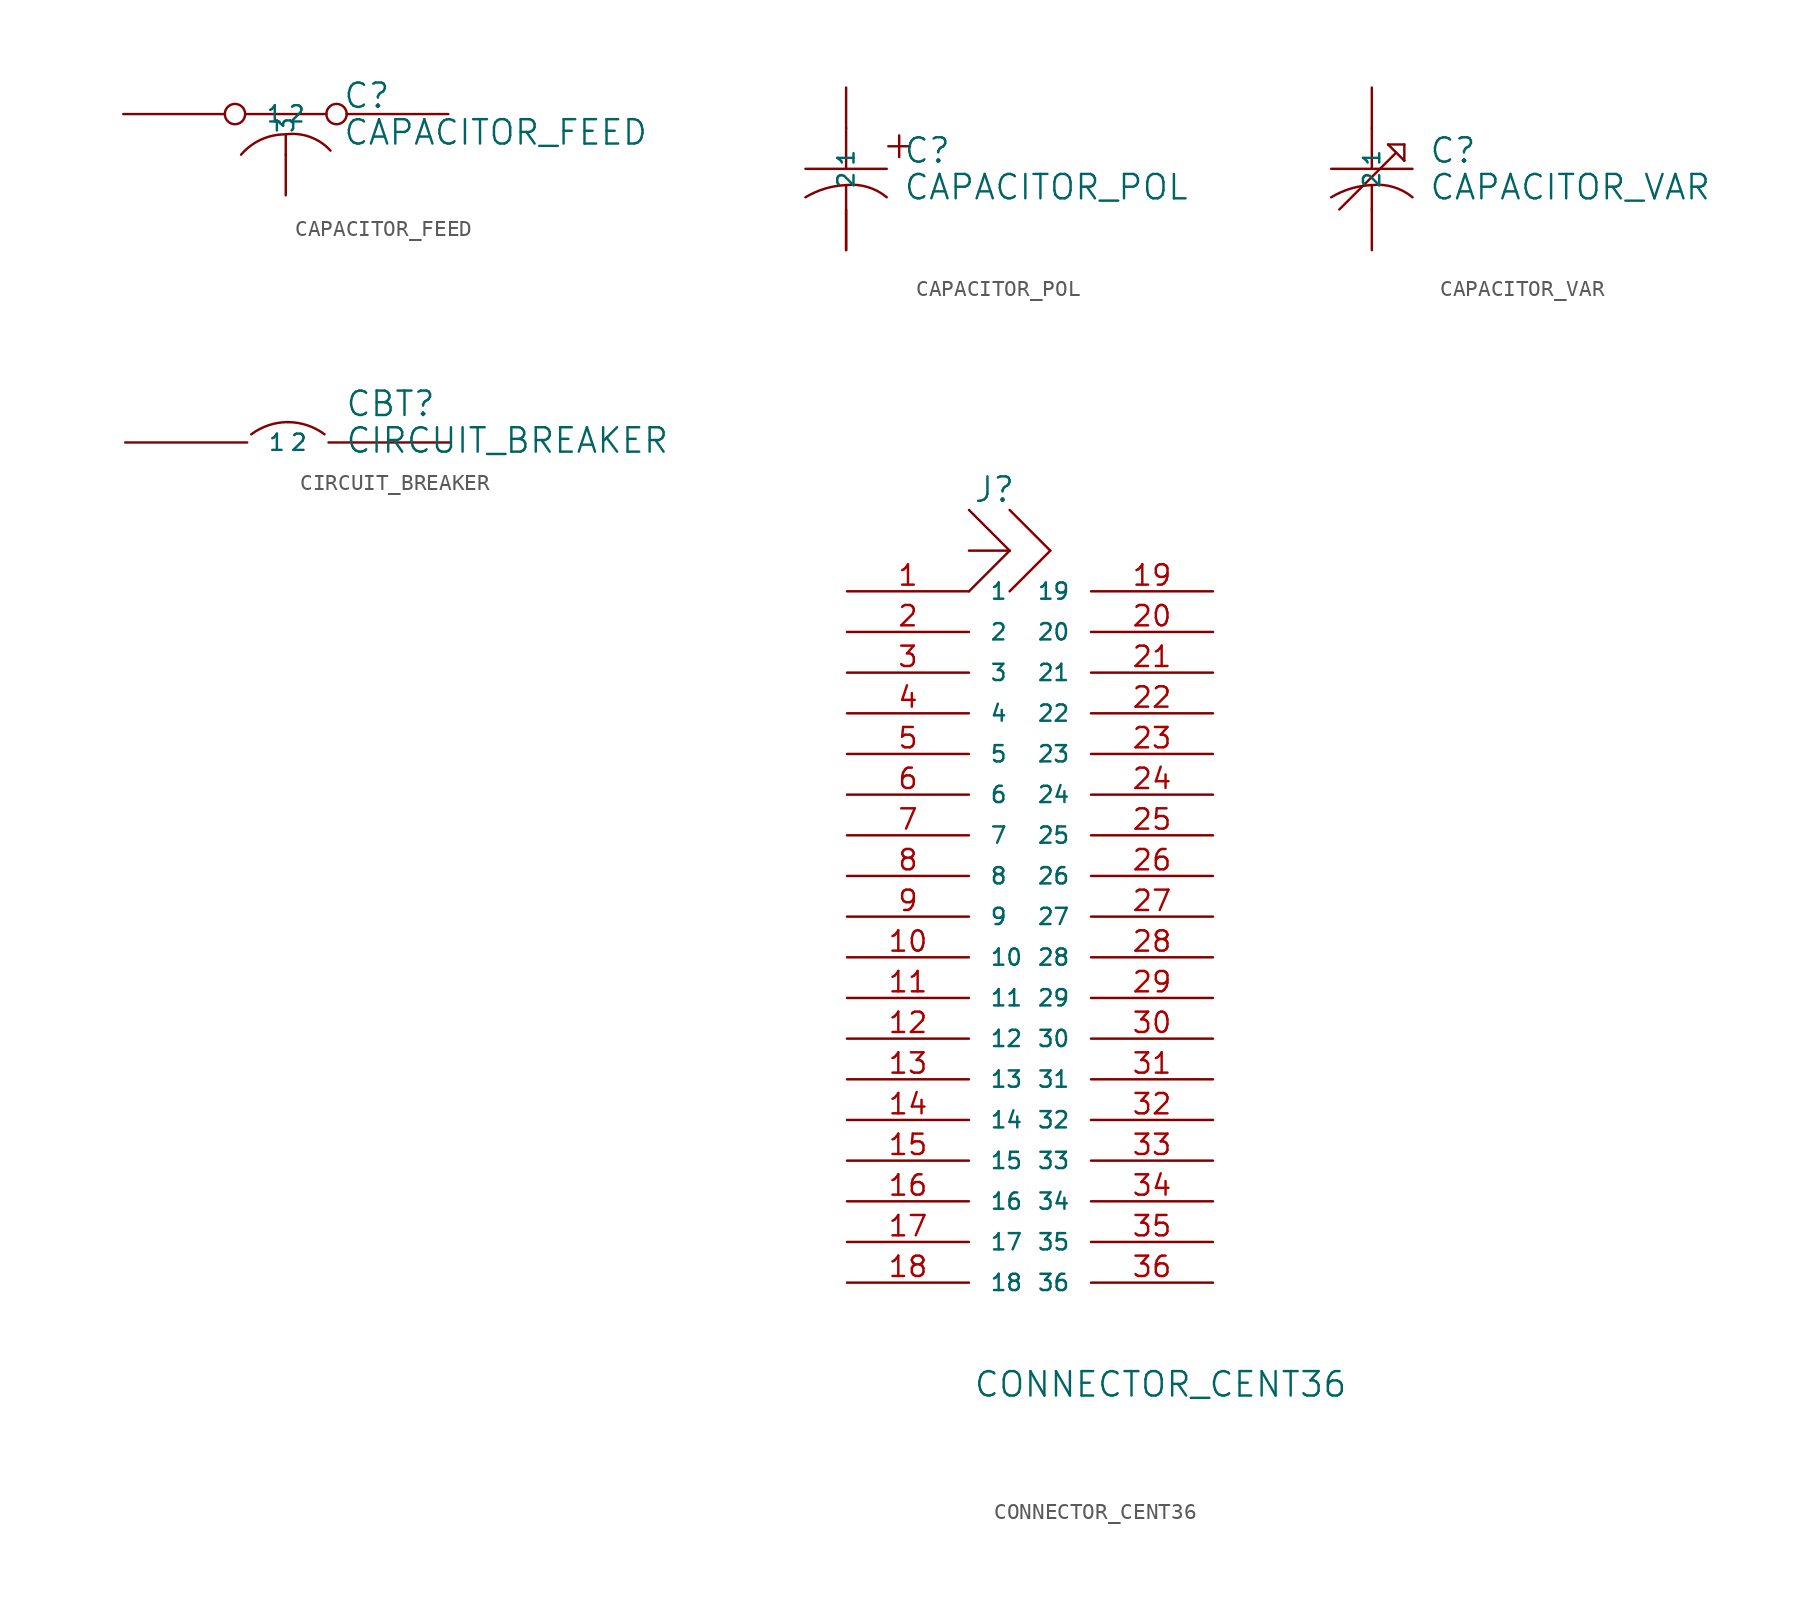
<source format=kicad_sym>
(kicad_symbol_lib
  (version 20231120)
  (generator "kicad_symbol_editor")
  (generator_version "8.0")
  (symbol "CAPACITOR_FEED"
    (pin_names
      (offset 1.27))
    (property "Reference" "C"
      (at 6.096 -2.286 0)
      (effects (font (size 1.524 1.524)) (justify left bottom)))
    (property "Value" "CAPACITOR_FEED"
      (at 6.096 -2.794 0)
      (effects (font (size 1.524 1.524)) (justify left top)))
    (symbol "CAPACITOR_FEED_0_1"
      (polyline (pts (xy 0 -2.54) (xy 5.08 -2.54)) (stroke (width 0) (type solid)) (fill (type none)))
      (polyline (pts (xy 2.54 -3.81) (xy 2.54 -5.08)) (stroke (width 0) (type solid)) (fill (type none)))
      (arc (start 2.54 -3.81) (mid 0.9987 -4.1357) (end -0.254 -5.08) (stroke (width 0) (type solid)) (fill (type none)))
      (arc (start 5.334 -4.826) (mid 4.0521 -3.9695) (end 2.54 -3.81) (stroke (width 0) (type solid)) (fill (type none))))
    (symbol "CAPACITOR_FEED_1_1"
      (pin passive inverted (at -7.62 -2.54 0) (length 7.62) (name "1" (effects (font (size 1.016 1.016)))) (number "~" (effects (font (size 1.27 1.27)))))
      (pin passive inverted (at 12.7 -2.54 180) (length 7.62) (name "2" (effects (font (size 1.016 1.016)))) (number "~" (effects (font (size 1.27 1.27)))))
      (pin passive line (at 2.54 -7.62 90) (length 2.54) (name "3" (effects (font (size 1.016 1.016)))) (number "~" (effects (font (size 1.27 1.27)))))))
  (symbol "CAPACITOR_POL"
    (pin_names
      (offset 1.27))
    (property "Reference" "C"
      (at 6.096 -2.286 0)
      (effects (font (size 1.524 1.524)) (justify left bottom)))
    (property "Value" "CAPACITOR_POL"
      (at 6.096 -2.794 0)
      (effects (font (size 1.524 1.524)) (justify left top)))
    (symbol "CAPACITOR_POL_0_1"
      (polyline (pts (xy 0 -2.54) (xy 5.08 -2.54)) (stroke (width 0) (type solid)) (fill (type none)))
      (polyline (pts (xy 2.54 -3.556) (xy 2.54 -7.62)) (stroke (width 0) (type solid)) (fill (type none)))
      (polyline (pts (xy 2.54 0) (xy 2.54 -2.54)) (stroke (width 0) (type solid)) (fill (type none)))
      (arc (start 2.54 -3.556) (mid 1.2314 -3.7725) (end 0 -4.318) (stroke (width 0) (type solid)) (fill (type none)))
      (arc (start 5.08 -4.318) (mid 3.8814 -3.676) (end 2.54 -3.556) (stroke (width 0) (type solid)) (fill (type none)))
      (text " + " (at 3.302 -2.032 0) (effects (font (size 1.778 1.778)) (justify left bottom))))
    (symbol "CAPACITOR_POL_1_1"
      (pin passive line (at 2.54 2.54 270) (length 2.54) (name "1" (effects (font (size 1.016 1.016)))) (number "~" (effects (font (size 1.27 1.27)))))
      (pin passive line (at 2.54 -7.62 90) (length 2.54) (name "2" (effects (font (size 1.016 1.016)))) (number "~" (effects (font (size 1.27 1.27)))))))
  (symbol "CAPACITOR_VAR"
    (pin_names
      (offset 1.27))
    (property "Reference" "C"
      (at 6.096 -2.286 0)
      (effects (font (size 1.524 1.524)) (justify left bottom)))
    (property "Value" "CAPACITOR_VAR"
      (at 6.096 -2.794 0)
      (effects (font (size 1.524 1.524)) (justify left top)))
    (symbol "CAPACITOR_VAR_0_1"
      (polyline (pts (xy 0 -2.54) (xy 5.08 -2.54)) (stroke (width 0) (type solid)) (fill (type none)))
      (polyline (pts (xy 2.54 -3.556) (xy 2.54 -5.08)) (stroke (width 0) (type solid)) (fill (type none)))
      (polyline (pts (xy 2.54 0) (xy 2.54 -2.54)) (stroke (width 0) (type solid)) (fill (type none)))
      (polyline (pts (xy 3.556 -1.016) (xy 4.572 -1.016)) (stroke (width 0) (type solid)) (fill (type none)))
      (polyline (pts (xy 4.064 -1.524) (xy 0.508 -5.08)) (stroke (width 0) (type solid)) (fill (type none)))
      (polyline (pts (xy 4.572 -2.032) (xy 3.556 -1.016)) (stroke (width 0) (type solid)) (fill (type none)))
      (polyline (pts (xy 4.572 -1.016) (xy 4.572 -2.032)) (stroke (width 0) (type solid)) (fill (type none)))
      (arc (start 2.54 -3.556) (mid 1.2314 -3.7725) (end 0 -4.318) (stroke (width 0) (type solid)) (fill (type none)))
      (arc (start 5.08 -4.318) (mid 3.8814 -3.676) (end 2.54 -3.556) (stroke (width 0) (type solid)) (fill (type none))))
    (symbol "CAPACITOR_VAR_1_1"
      (pin passive line (at 2.54 2.54 270) (length 2.54) (name "1" (effects (font (size 1.016 1.016)))) (number "~" (effects (font (size 1.27 1.27)))))
      (pin passive line (at 2.54 -7.62 90) (length 2.54) (name "2" (effects (font (size 1.016 1.016)))) (number "~" (effects (font (size 1.27 1.27)))))))
  (symbol "CIRCUIT_BREAKER"
    (pin_names
      (offset 1.27))
    (property "Reference" "CBT"
      (at 6.096 -1.016 0)
      (effects (font (size 1.524 1.524)) (justify left bottom)))
    (property "Value" "CIRCUIT_BREAKER"
      (at 6.096 -1.524 0)
      (effects (font (size 1.524 1.524)) (justify left top)))
    (symbol "CIRCUIT_BREAKER_0_1"
      (arc (start 2.54 -1.27) (mid 1.3352 -1.4655) (end 0.254 -2.032) (stroke (width 0) (type solid)) (fill (type none)))
      (arc (start 4.826 -2.032) (mid 3.7448 -1.4655) (end 2.54 -1.27) (stroke (width 0) (type solid)) (fill (type none))))
    (symbol "CIRCUIT_BREAKER_1_1"
      (pin passive line (at -7.62 -2.54 0) (length 7.62) (name "1" (effects (font (size 1.016 1.016)))) (number "~" (effects (font (size 1.27 1.27)))))
      (pin passive line (at 12.7 -2.54 180) (length 7.62) (name "2" (effects (font (size 1.016 1.016)))) (number "~" (effects (font (size 1.27 1.27)))))))
  (symbol "CONNECTOR_CENT36"
    (pin_names
      (offset 1.27))
    (property "Reference" "J"
      (at 0.254 0.381 0)
      (effects (font (size 1.524 1.524)) (justify left bottom)))
    (property "Value" "CONNECTOR_CENT36"
      (at 0.254 -53.721 0)
      (effects (font (size 1.524 1.524)) (justify left top)))
    (symbol "CONNECTOR_CENT36_0_1"
      (polyline (pts (xy 0 -2.54) (xy 2.54 -2.54)) (stroke (width 0) (type solid)) (fill (type none)))
      (polyline (pts (xy 0 0) (xy 2.54 -2.54)) (stroke (width 0) (type solid)) (fill (type none)))
      (polyline (pts (xy 2.54 -2.54) (xy 0 -5.08)) (stroke (width 0) (type solid)) (fill (type none)))
      (polyline (pts (xy 2.54 0) (xy 5.08 -2.54)) (stroke (width 0) (type solid)) (fill (type none)))
      (polyline (pts (xy 5.08 -2.54) (xy 2.54 -5.08)) (stroke (width 0) (type solid)) (fill (type none))))
    (symbol "CONNECTOR_CENT36_1_1"
      (pin passive line (at -7.62 -5.08 0) (length 7.62) (name "1" (effects (font (size 1.016 1.016)))) (number "1" (effects (font (size 1.27 1.27)))))
      (pin passive line (at -7.62 -27.94 0) (length 7.62) (name "10" (effects (font (size 1.016 1.016)))) (number "10" (effects (font (size 1.27 1.27)))))
      (pin passive line (at -7.62 -30.48 0) (length 7.62) (name "11" (effects (font (size 1.016 1.016)))) (number "11" (effects (font (size 1.27 1.27)))))
      (pin passive line (at -7.62 -33.02 0) (length 7.62) (name "12" (effects (font (size 1.016 1.016)))) (number "12" (effects (font (size 1.27 1.27)))))
      (pin passive line (at -7.62 -35.56 0) (length 7.62) (name "13" (effects (font (size 1.016 1.016)))) (number "13" (effects (font (size 1.27 1.27)))))
      (pin passive line (at -7.62 -38.1 0) (length 7.62) (name "14" (effects (font (size 1.016 1.016)))) (number "14" (effects (font (size 1.27 1.27)))))
      (pin passive line (at -7.62 -40.64 0) (length 7.62) (name "15" (effects (font (size 1.016 1.016)))) (number "15" (effects (font (size 1.27 1.27)))))
      (pin passive line (at -7.62 -43.18 0) (length 7.62) (name "16" (effects (font (size 1.016 1.016)))) (number "16" (effects (font (size 1.27 1.27)))))
      (pin passive line (at -7.62 -45.72 0) (length 7.62) (name "17" (effects (font (size 1.016 1.016)))) (number "17" (effects (font (size 1.27 1.27)))))
      (pin passive line (at -7.62 -48.26 0) (length 7.62) (name "18" (effects (font (size 1.016 1.016)))) (number "18" (effects (font (size 1.27 1.27)))))
      (pin passive line (at 15.24 -5.08 180) (length 7.62) (name "19" (effects (font (size 1.016 1.016)))) (number "19" (effects (font (size 1.27 1.27)))))
      (pin passive line (at -7.62 -7.62 0) (length 7.62) (name "2" (effects (font (size 1.016 1.016)))) (number "2" (effects (font (size 1.27 1.27)))))
      (pin passive line (at 15.24 -7.62 180) (length 7.62) (name "20" (effects (font (size 1.016 1.016)))) (number "20" (effects (font (size 1.27 1.27)))))
      (pin passive line (at 15.24 -10.16 180) (length 7.62) (name "21" (effects (font (size 1.016 1.016)))) (number "21" (effects (font (size 1.27 1.27)))))
      (pin passive line (at 15.24 -12.7 180) (length 7.62) (name "22" (effects (font (size 1.016 1.016)))) (number "22" (effects (font (size 1.27 1.27)))))
      (pin passive line (at 15.24 -15.24 180) (length 7.62) (name "23" (effects (font (size 1.016 1.016)))) (number "23" (effects (font (size 1.27 1.27)))))
      (pin passive line (at 15.24 -17.78 180) (length 7.62) (name "24" (effects (font (size 1.016 1.016)))) (number "24" (effects (font (size 1.27 1.27)))))
      (pin passive line (at 15.24 -20.32 180) (length 7.62) (name "25" (effects (font (size 1.016 1.016)))) (number "25" (effects (font (size 1.27 1.27)))))
      (pin passive line (at 15.24 -22.86 180) (length 7.62) (name "26" (effects (font (size 1.016 1.016)))) (number "26" (effects (font (size 1.27 1.27)))))
      (pin passive line (at 15.24 -25.4 180) (length 7.62) (name "27" (effects (font (size 1.016 1.016)))) (number "27" (effects (font (size 1.27 1.27)))))
      (pin passive line (at 15.24 -27.94 180) (length 7.62) (name "28" (effects (font (size 1.016 1.016)))) (number "28" (effects (font (size 1.27 1.27)))))
      (pin passive line (at 15.24 -30.48 180) (length 7.62) (name "29" (effects (font (size 1.016 1.016)))) (number "29" (effects (font (size 1.27 1.27)))))
      (pin passive line (at -7.62 -10.16 0) (length 7.62) (name "3" (effects (font (size 1.016 1.016)))) (number "3" (effects (font (size 1.27 1.27)))))
      (pin passive line (at 15.24 -33.02 180) (length 7.62) (name "30" (effects (font (size 1.016 1.016)))) (number "30" (effects (font (size 1.27 1.27)))))
      (pin passive line (at 15.24 -35.56 180) (length 7.62) (name "31" (effects (font (size 1.016 1.016)))) (number "31" (effects (font (size 1.27 1.27)))))
      (pin passive line (at 15.24 -38.1 180) (length 7.62) (name "32" (effects (font (size 1.016 1.016)))) (number "32" (effects (font (size 1.27 1.27)))))
      (pin passive line (at 15.24 -40.64 180) (length 7.62) (name "33" (effects (font (size 1.016 1.016)))) (number "33" (effects (font (size 1.27 1.27)))))
      (pin passive line (at 15.24 -43.18 180) (length 7.62) (name "34" (effects (font (size 1.016 1.016)))) (number "34" (effects (font (size 1.27 1.27)))))
      (pin passive line (at 15.24 -45.72 180) (length 7.62) (name "35" (effects (font (size 1.016 1.016)))) (number "35" (effects (font (size 1.27 1.27)))))
      (pin passive line (at 15.24 -48.26 180) (length 7.62) (name "36" (effects (font (size 1.016 1.016)))) (number "36" (effects (font (size 1.27 1.27)))))
      (pin passive line (at -7.62 -12.7 0) (length 7.62) (name "4" (effects (font (size 1.016 1.016)))) (number "4" (effects (font (size 1.27 1.27)))))
      (pin passive line (at -7.62 -15.24 0) (length 7.62) (name "5" (effects (font (size 1.016 1.016)))) (number "5" (effects (font (size 1.27 1.27)))))
      (pin passive line (at -7.62 -17.78 0) (length 7.62) (name "6" (effects (font (size 1.016 1.016)))) (number "6" (effects (font (size 1.27 1.27)))))
      (pin passive line (at -7.62 -20.32 0) (length 7.62) (name "7" (effects (font (size 1.016 1.016)))) (number "7" (effects (font (size 1.27 1.27)))))
      (pin passive line (at -7.62 -22.86 0) (length 7.62) (name "8" (effects (font (size 1.016 1.016)))) (number "8" (effects (font (size 1.27 1.27)))))
      (pin passive line (at -7.62 -25.4 0) (length 7.62) (name "9" (effects (font (size 1.016 1.016)))) (number "9" (effects (font (size 1.27 1.27))))))))
</source>
